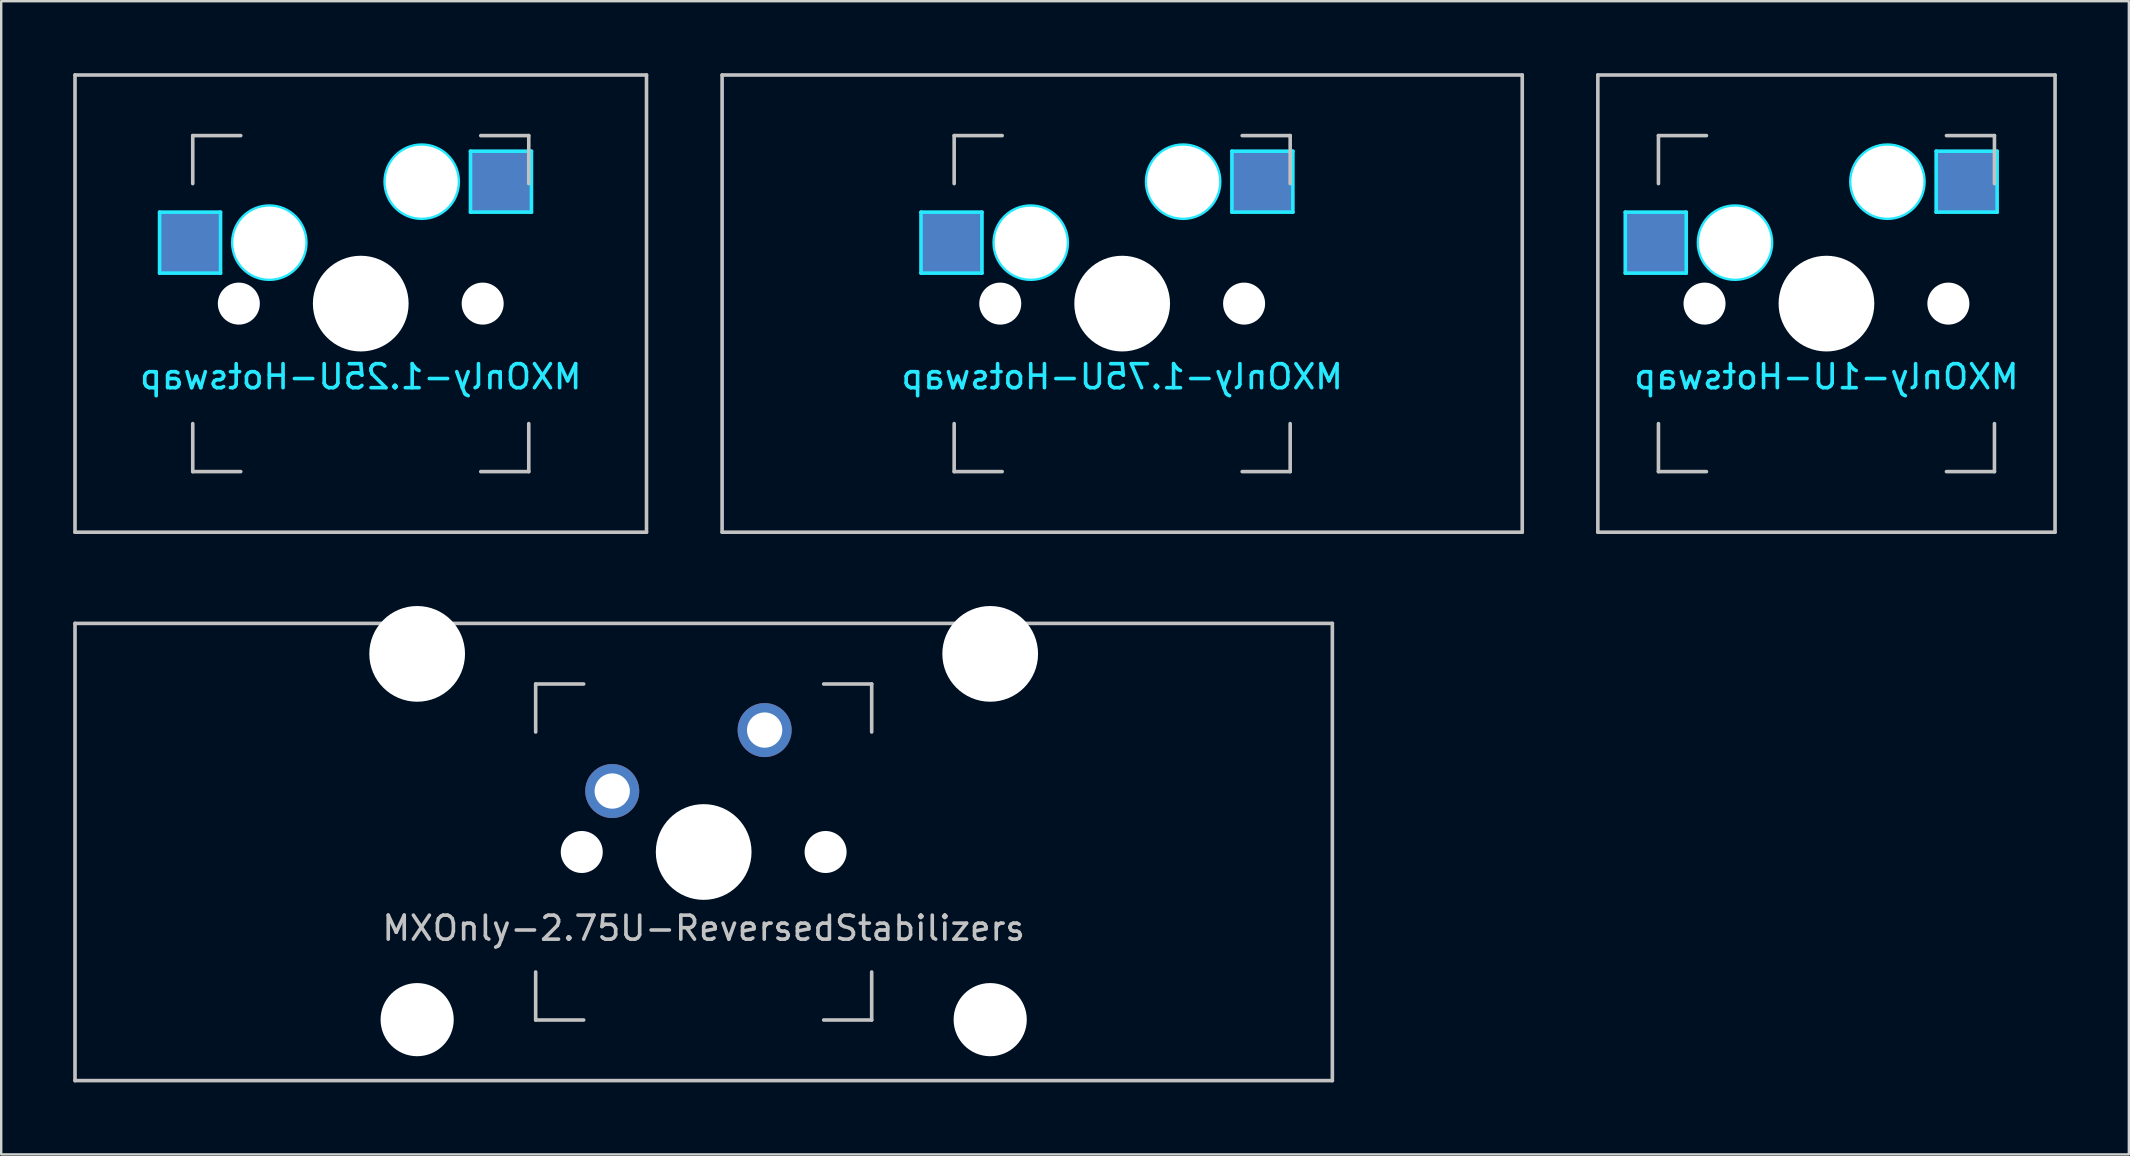
<source format=kicad_pcb>
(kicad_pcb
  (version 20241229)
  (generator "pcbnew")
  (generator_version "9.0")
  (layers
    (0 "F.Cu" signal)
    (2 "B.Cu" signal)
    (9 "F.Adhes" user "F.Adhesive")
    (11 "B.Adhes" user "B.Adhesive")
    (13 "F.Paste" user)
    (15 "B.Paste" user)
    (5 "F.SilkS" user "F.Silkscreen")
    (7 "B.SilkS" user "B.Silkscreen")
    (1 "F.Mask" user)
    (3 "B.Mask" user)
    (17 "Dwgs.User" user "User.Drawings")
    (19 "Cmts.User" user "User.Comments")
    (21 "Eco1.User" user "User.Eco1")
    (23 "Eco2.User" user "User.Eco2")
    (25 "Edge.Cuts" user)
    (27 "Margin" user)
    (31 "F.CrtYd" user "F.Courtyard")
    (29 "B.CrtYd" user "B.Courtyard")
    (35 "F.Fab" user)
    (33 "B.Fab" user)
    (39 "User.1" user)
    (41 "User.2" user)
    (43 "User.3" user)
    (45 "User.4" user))
  (footprint "MXOnly-2.75U-ReversedStabilizers"
    (layer "F.Cu")
    (at 26.269 32.449)
    (property "Reference" "MXOnly-2.75U-ReversedStabilizers" (at 0 3.175 0) (layer "Dwgs.User") (effects (font (size 1 1) (thickness 0.15))))
    (attr through_hole)
    (fp_line (start -26.194 -9.525) (end 26.194 -9.525) (stroke (width 0.15) (type solid)) (layer "Dwgs.User"))
    (fp_line (start -26.194 9.525) (end -26.194 -9.525) (stroke (width 0.15) (type solid)) (layer "Dwgs.User"))
    (fp_line (start -26.194 9.525) (end 26.194 9.525) (stroke (width 0.15) (type solid)) (layer "Dwgs.User"))
    (fp_line (start -7 -7) (end -7 -5) (stroke (width 0.15) (type solid)) (layer "Dwgs.User"))
    (fp_line (start -7 5) (end -7 7) (stroke (width 0.15) (type solid)) (layer "Dwgs.User"))
    (fp_line (start -7 7) (end -5 7) (stroke (width 0.15) (type solid)) (layer "Dwgs.User"))
    (fp_line (start -5 -7) (end -7 -7) (stroke (width 0.15) (type solid)) (layer "Dwgs.User"))
    (fp_line (start 5 -7) (end 7 -7) (stroke (width 0.15) (type solid)) (layer "Dwgs.User"))
    (fp_line (start 5 7) (end 7 7) (stroke (width 0.15) (type solid)) (layer "Dwgs.User"))
    (fp_line (start 7 -7) (end 7 -5) (stroke (width 0.15) (type solid)) (layer "Dwgs.User"))
    (fp_line (start 7 7) (end 7 5) (stroke (width 0.15) (type solid)) (layer "Dwgs.User"))
    (fp_line (start 26.194 -9.525) (end 26.194 9.525) (stroke (width 0.15) (type solid)) (layer "Dwgs.User"))
    (pad "" np_thru_hole circle (at -11.938 -8.255) (size 3.988 3.988) (drill 3.988) (layers "*.Cu" "*.Mask"))
    (pad "" np_thru_hole circle (at -11.938 6.985) (size 3.048 3.048) (drill 3.048) (layers "*.Cu" "*.Mask"))
    (pad "" np_thru_hole circle (at -5.08 0 48.1) (size 1.75 1.75) (drill 1.75) (layers "*.Cu" "*.Mask"))
    (pad "" np_thru_hole circle (at 0 0) (size 3.988 3.988) (drill 3.988) (layers "*.Cu" "*.Mask"))
    (pad "" np_thru_hole circle (at 5.08 0 48.1) (size 1.75 1.75) (drill 1.75) (layers "*.Cu" "*.Mask"))
    (pad "" np_thru_hole circle (at 11.938 -8.255) (size 3.988 3.988) (drill 3.988) (layers "*.Cu" "*.Mask"))
    (pad "" np_thru_hole circle (at 11.938 6.985) (size 3.048 3.048) (drill 3.048) (layers "*.Cu" "*.Mask"))
    (pad "1" thru_hole circle (at -3.81 -2.54) (size 2.25 2.25) (drill 1.47) (layers "*.Cu" "B.Mask"))
    (pad "2" thru_hole circle (at 2.54 -5.08) (size 2.25 2.25) (drill 1.47) (layers "*.Cu" "B.Mask")))
  (footprint "MXOnly-1U-Hotswap"
    (layer "F.Cu")
    (at 73.05 9.6)
    (property "Reference" "MXOnly-1U-Hotswap" (at 0 3.048 0) (layer "B.CrtYd") (effects (font (size 1 1) (thickness 0.15)) (justify mirror)))
    (attr smd)
    (fp_line (start -9.525 -9.525) (end 9.525 -9.525) (stroke (width 0.15) (type solid)) (layer "Dwgs.User"))
    (fp_line (start -9.525 9.525) (end -9.525 -9.525) (stroke (width 0.15) (type solid)) (layer "Dwgs.User"))
    (fp_line (start -7 -7) (end -7 -5) (stroke (width 0.15) (type solid)) (layer "Dwgs.User"))
    (fp_line (start -7 5) (end -7 7) (stroke (width 0.15) (type solid)) (layer "Dwgs.User"))
    (fp_line (start -7 7) (end -5 7) (stroke (width 0.15) (type solid)) (layer "Dwgs.User"))
    (fp_line (start -5 -7) (end -7 -7) (stroke (width 0.15) (type solid)) (layer "Dwgs.User"))
    (fp_line (start 5 -7) (end 7 -7) (stroke (width 0.15) (type solid)) (layer "Dwgs.User"))
    (fp_line (start 5 7) (end 7 7) (stroke (width 0.15) (type solid)) (layer "Dwgs.User"))
    (fp_line (start 7 -7) (end 7 -5) (stroke (width 0.15) (type solid)) (layer "Dwgs.User"))
    (fp_line (start 7 7) (end 7 5) (stroke (width 0.15) (type solid)) (layer "Dwgs.User"))
    (fp_line (start 9.525 -9.525) (end 9.525 9.525) (stroke (width 0.15) (type solid)) (layer "Dwgs.User"))
    (fp_line (start 9.525 9.525) (end -9.525 9.525) (stroke (width 0.15) (type solid)) (layer "Dwgs.User"))
    (fp_line (start -8.382 -3.81) (end -8.382 -1.27) (stroke (width 0.15) (type solid)) (layer "B.CrtYd"))
    (fp_line (start -8.382 -1.27) (end -5.842 -1.27) (stroke (width 0.15) (type solid)) (layer "B.CrtYd"))
    (fp_line (start -5.842 -3.81) (end -8.382 -3.81) (stroke (width 0.15) (type solid)) (layer "B.CrtYd"))
    (fp_line (start -5.842 -1.27) (end -5.842 -3.81) (stroke (width 0.15) (type solid)) (layer "B.CrtYd"))
    (fp_line (start 4.572 -6.35) (end 7.112 -6.35) (stroke (width 0.15) (type solid)) (layer "B.CrtYd"))
    (fp_line (start 4.572 -3.81) (end 4.572 -6.35) (stroke (width 0.15) (type solid)) (layer "B.CrtYd"))
    (fp_line (start 7.112 -6.35) (end 7.112 -3.81) (stroke (width 0.15) (type solid)) (layer "B.CrtYd"))
    (fp_line (start 7.112 -3.81) (end 4.572 -3.81) (stroke (width 0.15) (type solid)) (layer "B.CrtYd"))
    (fp_circle (center -3.81 -2.54) (end -3.81 -4.064) (stroke (width 0.15) (type solid)) (fill no) (layer "B.CrtYd"))
    (fp_circle (center 2.54 -5.08) (end 2.54 -6.604) (stroke (width 0.15) (type solid)) (fill no) (layer "B.CrtYd"))
    (pad "" np_thru_hole circle (at -5.08 0 48.1) (size 1.75 1.75) (drill 1.75) (layers "*.Cu" "*.Mask"))
    (pad "" np_thru_hole circle (at -3.81 -2.54) (size 3 3) (drill 3) (layers "*.Cu" "*.Mask"))
    (pad "" np_thru_hole circle (at 0 0) (size 3.988 3.988) (drill 3.988) (layers "*.Cu" "*.Mask"))
    (pad "" np_thru_hole circle (at 2.54 -5.08) (size 3 3) (drill 3) (layers "*.Cu" "*.Mask"))
    (pad "" np_thru_hole circle (at 5.08 0 48.1) (size 1.75 1.75) (drill 1.75) (layers "*.Cu" "*.Mask"))
    (pad "1" smd rect (at -7.085 -2.54) (size 2.55 2.5) (layers "B.Cu" "B.Mask" "B.Paste"))
    (pad "2" smd rect (at 5.842 -5.08) (size 2.55 2.5) (layers "B.Cu" "B.Mask" "B.Paste")))
  (footprint "MXOnly-1.25U-Hotswap"
    (layer "F.Cu")
    (at 11.981 9.6)
    (property "Reference" "MXOnly-1.25U-Hotswap" (at 0 3.048 0) (layer "B.CrtYd") (effects (font (size 1 1) (thickness 0.15)) (justify mirror)))
    (attr smd)
    (fp_line (start -11.906 -9.525) (end 11.906 -9.525) (stroke (width 0.15) (type solid)) (layer "Dwgs.User"))
    (fp_line (start -11.906 9.525) (end -11.906 -9.525) (stroke (width 0.15) (type solid)) (layer "Dwgs.User"))
    (fp_line (start -7 -7) (end -7 -5) (stroke (width 0.15) (type solid)) (layer "Dwgs.User"))
    (fp_line (start -7 5) (end -7 7) (stroke (width 0.15) (type solid)) (layer "Dwgs.User"))
    (fp_line (start -7 7) (end -5 7) (stroke (width 0.15) (type solid)) (layer "Dwgs.User"))
    (fp_line (start -5 -7) (end -7 -7) (stroke (width 0.15) (type solid)) (layer "Dwgs.User"))
    (fp_line (start 5 -7) (end 7 -7) (stroke (width 0.15) (type solid)) (layer "Dwgs.User"))
    (fp_line (start 5 7) (end 7 7) (stroke (width 0.15) (type solid)) (layer "Dwgs.User"))
    (fp_line (start 7 -7) (end 7 -5) (stroke (width 0.15) (type solid)) (layer "Dwgs.User"))
    (fp_line (start 7 7) (end 7 5) (stroke (width 0.15) (type solid)) (layer "Dwgs.User"))
    (fp_line (start 11.906 -9.525) (end 11.906 9.525) (stroke (width 0.15) (type solid)) (layer "Dwgs.User"))
    (fp_line (start 11.906 9.525) (end -11.906 9.525) (stroke (width 0.15) (type solid)) (layer "Dwgs.User"))
    (fp_line (start -8.382 -3.81) (end -5.842 -3.81) (stroke (width 0.15) (type solid)) (layer "B.CrtYd"))
    (fp_line (start -8.382 -1.27) (end -8.382 -3.81) (stroke (width 0.15) (type solid)) (layer "B.CrtYd"))
    (fp_line (start -5.842 -3.81) (end -5.842 -1.27) (stroke (width 0.15) (type solid)) (layer "B.CrtYd"))
    (fp_line (start -5.842 -1.27) (end -8.382 -1.27) (stroke (width 0.15) (type solid)) (layer "B.CrtYd"))
    (fp_line (start 4.572 -6.35) (end 7.112 -6.35) (stroke (width 0.15) (type solid)) (layer "B.CrtYd"))
    (fp_line (start 4.572 -3.81) (end 4.572 -6.35) (stroke (width 0.15) (type solid)) (layer "B.CrtYd"))
    (fp_line (start 7.112 -6.35) (end 7.112 -3.81) (stroke (width 0.15) (type solid)) (layer "B.CrtYd"))
    (fp_line (start 7.112 -3.81) (end 4.572 -3.81) (stroke (width 0.15) (type solid)) (layer "B.CrtYd"))
    (fp_circle (center -3.81 -2.54) (end -3.81 -4.064) (stroke (width 0.15) (type solid)) (fill no) (layer "B.CrtYd"))
    (fp_circle (center 2.54 -5.08) (end 2.54 -6.604) (stroke (width 0.15) (type solid)) (fill no) (layer "B.CrtYd"))
    (pad "" np_thru_hole circle (at -5.08 0 48.1) (size 1.75 1.75) (drill 1.75) (layers "*.Cu" "*.Mask"))
    (pad "" np_thru_hole circle (at -3.81 -2.54) (size 3 3) (drill 3) (layers "*.Cu" "*.Mask"))
    (pad "" np_thru_hole circle (at 0 0) (size 3.988 3.988) (drill 3.988) (layers "*.Cu" "*.Mask"))
    (pad "" np_thru_hole circle (at 2.54 -5.08) (size 3 3) (drill 3) (layers "*.Cu" "*.Mask"))
    (pad "" np_thru_hole circle (at 5.08 0 48.1) (size 1.75 1.75) (drill 1.75) (layers "*.Cu" "*.Mask"))
    (pad "1" smd rect (at -7.085 -2.54) (size 2.55 2.5) (layers "B.Cu" "B.Mask" "B.Paste"))
    (pad "2" smd rect (at 5.842 -5.08) (size 2.55 2.5) (layers "B.Cu" "B.Mask" "B.Paste")))
  (footprint "MXOnly-1.75U-Hotswap"
    (layer "F.Cu")
    (at 43.706 9.6)
    (property "Reference" "MXOnly-1.75U-Hotswap" (at 0 3.048 0) (layer "B.CrtYd") (effects (font (size 1 1) (thickness 0.15)) (justify mirror)))
    (attr smd)
    (fp_line (start -16.669 -9.525) (end 16.669 -9.525) (stroke (width 0.15) (type solid)) (layer "Dwgs.User"))
    (fp_line (start -16.669 9.525) (end -16.669 -9.525) (stroke (width 0.15) (type solid)) (layer "Dwgs.User"))
    (fp_line (start -7 -7) (end -7 -5) (stroke (width 0.15) (type solid)) (layer "Dwgs.User"))
    (fp_line (start -7 5) (end -7 7) (stroke (width 0.15) (type solid)) (layer "Dwgs.User"))
    (fp_line (start -7 7) (end -5 7) (stroke (width 0.15) (type solid)) (layer "Dwgs.User"))
    (fp_line (start -5 -7) (end -7 -7) (stroke (width 0.15) (type solid)) (layer "Dwgs.User"))
    (fp_line (start 5 -7) (end 7 -7) (stroke (width 0.15) (type solid)) (layer "Dwgs.User"))
    (fp_line (start 5 7) (end 7 7) (stroke (width 0.15) (type solid)) (layer "Dwgs.User"))
    (fp_line (start 7 -7) (end 7 -5) (stroke (width 0.15) (type solid)) (layer "Dwgs.User"))
    (fp_line (start 7 7) (end 7 5) (stroke (width 0.15) (type solid)) (layer "Dwgs.User"))
    (fp_line (start 16.669 -9.525) (end 16.669 9.525) (stroke (width 0.15) (type solid)) (layer "Dwgs.User"))
    (fp_line (start 16.669 9.525) (end -16.669 9.525) (stroke (width 0.15) (type solid)) (layer "Dwgs.User"))
    (fp_line (start -8.382 -3.81) (end -5.842 -3.81) (stroke (width 0.15) (type solid)) (layer "B.CrtYd"))
    (fp_line (start -8.382 -1.27) (end -8.382 -3.81) (stroke (width 0.15) (type solid)) (layer "B.CrtYd"))
    (fp_line (start -5.842 -3.81) (end -5.842 -1.27) (stroke (width 0.15) (type solid)) (layer "B.CrtYd"))
    (fp_line (start -5.842 -1.27) (end -8.382 -1.27) (stroke (width 0.15) (type solid)) (layer "B.CrtYd"))
    (fp_line (start 4.572 -6.35) (end 7.112 -6.35) (stroke (width 0.15) (type solid)) (layer "B.CrtYd"))
    (fp_line (start 4.572 -3.81) (end 4.572 -6.35) (stroke (width 0.15) (type solid)) (layer "B.CrtYd"))
    (fp_line (start 7.112 -6.35) (end 7.112 -3.81) (stroke (width 0.15) (type solid)) (layer "B.CrtYd"))
    (fp_line (start 7.112 -3.81) (end 4.572 -3.81) (stroke (width 0.15) (type solid)) (layer "B.CrtYd"))
    (fp_circle (center -3.81 -2.54) (end -3.81 -4.064) (stroke (width 0.15) (type solid)) (fill no) (layer "B.CrtYd"))
    (fp_circle (center 2.54 -5.08) (end 2.54 -6.604) (stroke (width 0.15) (type solid)) (fill no) (layer "B.CrtYd"))
    (pad "" np_thru_hole circle (at -5.08 0 48.1) (size 1.75 1.75) (drill 1.75) (layers "*.Cu" "*.Mask"))
    (pad "" np_thru_hole circle (at -3.81 -2.54) (size 3 3) (drill 3) (layers "*.Cu" "*.Mask"))
    (pad "" np_thru_hole circle (at 0 0) (size 3.988 3.988) (drill 3.988) (layers "*.Cu" "*.Mask"))
    (pad "" np_thru_hole circle (at 2.54 -5.08) (size 3 3) (drill 3) (layers "*.Cu" "*.Mask"))
    (pad "" np_thru_hole circle (at 5.08 0 48.1) (size 1.75 1.75) (drill 1.75) (layers "*.Cu" "*.Mask"))
    (pad "1" smd rect (at -7.085 -2.54) (size 2.55 2.5) (layers "B.Cu" "B.Mask" "B.Paste"))
    (pad "2" smd rect (at 5.842 -5.08) (size 2.55 2.5) (layers "B.Cu" "B.Mask" "B.Paste")))
  (gr_rect
    (start -3 -3)
    (end 85.65 45.049)
    (stroke (width 0.1) (type default))
    (fill no)
    (layer "Edge.Cuts")))
</source>
